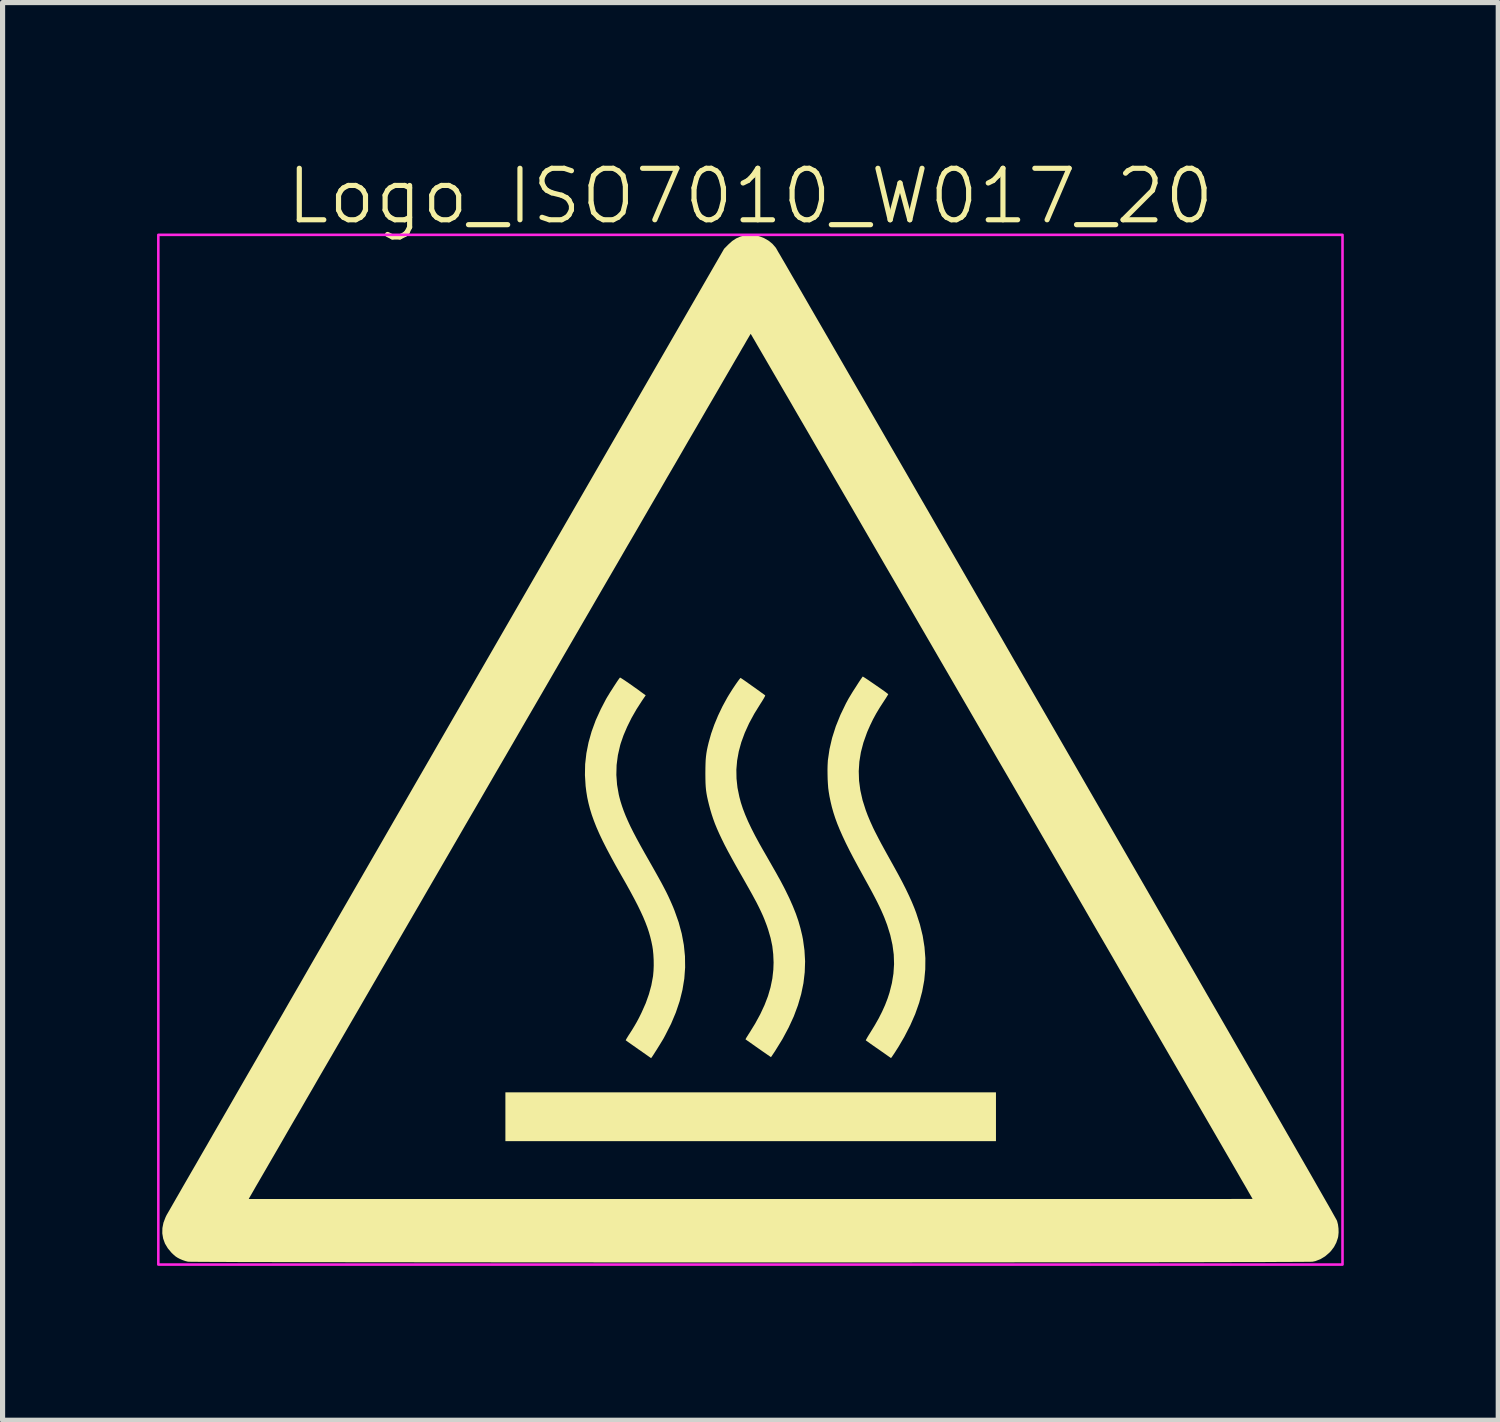
<source format=kicad_pcb>
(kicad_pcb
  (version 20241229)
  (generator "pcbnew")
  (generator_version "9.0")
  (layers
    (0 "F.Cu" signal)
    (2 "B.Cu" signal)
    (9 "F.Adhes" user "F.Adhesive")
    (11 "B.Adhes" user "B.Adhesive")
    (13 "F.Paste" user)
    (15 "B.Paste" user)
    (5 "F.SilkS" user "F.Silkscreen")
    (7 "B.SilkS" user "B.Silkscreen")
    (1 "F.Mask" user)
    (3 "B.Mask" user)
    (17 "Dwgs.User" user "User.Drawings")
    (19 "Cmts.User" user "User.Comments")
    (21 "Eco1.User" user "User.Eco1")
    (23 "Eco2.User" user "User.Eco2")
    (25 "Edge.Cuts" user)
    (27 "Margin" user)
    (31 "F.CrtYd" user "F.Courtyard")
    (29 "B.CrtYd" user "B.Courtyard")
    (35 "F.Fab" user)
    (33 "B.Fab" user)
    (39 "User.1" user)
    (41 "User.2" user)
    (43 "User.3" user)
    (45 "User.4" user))
  (footprint "Logo_ISO7010_W017_20"
    (layer "F.Cu")
    (at 11.525 11.511)
    (property "Reference" "Logo_ISO7010_W017_20" (at 0 -10.75 0) (unlocked yes) (layer "F.SilkS") (effects (font (size 1 1) (thickness 0.1))))
    (attr smd exclude_from_pos_files exclude_from_bom)
    (fp_poly (pts (xy 4.769 7.129) (xy 4.769 7.603) (xy 0.005 7.603) (xy -4.759 7.603) (xy -4.759 7.129) (xy -4.759 6.655) (xy 0.005 6.655) (xy 4.769 6.655)) (stroke (width 0) (type solid)) (fill yes) (layer "F.SilkS"))
    (fp_poly (pts (xy 2.189 -1.417) (xy 2.212 -1.403) (xy 2.245 -1.382) (xy 2.287 -1.354) (xy 2.336 -1.32) (xy 2.389 -1.284) (xy 2.444 -1.246) (xy 2.498 -1.209) (xy 2.549 -1.173) (xy 2.596 -1.14) (xy 2.634 -1.112) (xy 2.662 -1.09) (xy 2.677 -1.079) (xy 2.673 -1.07) (xy 2.66 -1.048) (xy 2.64 -1.015) (xy 2.614 -0.975) (xy 2.598 -0.951) (xy 2.515 -0.823) (xy 2.444 -0.705) (xy 2.382 -0.591) (xy 2.327 -0.477) (xy 2.275 -0.36) (xy 2.262 -0.327) (xy 2.195 -0.139) (xy 2.146 0.048) (xy 2.116 0.232) (xy 2.104 0.417) (xy 2.11 0.602) (xy 2.135 0.789) (xy 2.178 0.98) (xy 2.24 1.175) (xy 2.28 1.281) (xy 2.305 1.341) (xy 2.33 1.4) (xy 2.357 1.459) (xy 2.385 1.521) (xy 2.417 1.586) (xy 2.453 1.656) (xy 2.493 1.734) (xy 2.539 1.821) (xy 2.592 1.918) (xy 2.652 2.027) (xy 2.721 2.151) (xy 2.775 2.248) (xy 2.866 2.413) (xy 2.947 2.565) (xy 3.018 2.705) (xy 3.08 2.835) (xy 3.135 2.957) (xy 3.183 3.073) (xy 3.22 3.171) (xy 3.292 3.394) (xy 3.346 3.614) (xy 3.381 3.833) (xy 3.398 4.05) (xy 3.396 4.266) (xy 3.376 4.481) (xy 3.336 4.697) (xy 3.278 4.914) (xy 3.201 5.133) (xy 3.105 5.353) (xy 2.99 5.576) (xy 2.873 5.776) (xy 2.842 5.824) (xy 2.813 5.87) (xy 2.787 5.91) (xy 2.767 5.939) (xy 2.764 5.944) (xy 2.731 5.99) (xy 2.489 5.82) (xy 2.428 5.778) (xy 2.372 5.739) (xy 2.324 5.705) (xy 2.285 5.677) (xy 2.257 5.657) (xy 2.243 5.647) (xy 2.241 5.645) (xy 2.244 5.636) (xy 2.257 5.613) (xy 2.276 5.579) (xy 2.301 5.538) (xy 2.319 5.51) (xy 2.411 5.36) (xy 2.49 5.221) (xy 2.557 5.089) (xy 2.615 4.96) (xy 2.664 4.833) (xy 2.701 4.72) (xy 2.748 4.534) (xy 2.778 4.349) (xy 2.79 4.164) (xy 2.784 3.978) (xy 2.759 3.79) (xy 2.716 3.598) (xy 2.655 3.402) (xy 2.603 3.265) (xy 2.573 3.194) (xy 2.54 3.119) (xy 2.502 3.039) (xy 2.46 2.953) (xy 2.411 2.858) (xy 2.355 2.752) (xy 2.291 2.634) (xy 2.218 2.502) (xy 2.194 2.458) (xy 2.094 2.276) (xy 2.004 2.109) (xy 1.924 1.956) (xy 1.853 1.813) (xy 1.791 1.681) (xy 1.736 1.557) (xy 1.688 1.44) (xy 1.647 1.328) (xy 1.612 1.22) (xy 1.582 1.114) (xy 1.557 1.009) (xy 1.535 0.903) (xy 1.52 0.811) (xy 1.511 0.744) (xy 1.505 0.664) (xy 1.5 0.574) (xy 1.498 0.48) (xy 1.497 0.388) (xy 1.499 0.303) (xy 1.503 0.229) (xy 1.504 0.209) (xy 1.536 -0.01) (xy 1.587 -0.23) (xy 1.658 -0.453) (xy 1.748 -0.676) (xy 1.856 -0.9) (xy 1.906 -0.992) (xy 1.927 -1.027) (xy 1.956 -1.075) (xy 1.99 -1.131) (xy 2.029 -1.191) (xy 2.068 -1.252) (xy 2.105 -1.31) (xy 2.139 -1.361) (xy 2.167 -1.401) (xy 2.181 -1.421)) (stroke (width 0) (type solid)) (fill yes) (layer "F.SilkS"))
    (fp_poly (pts (xy -2.523 -1.397) (xy -2.499 -1.383) (xy -2.465 -1.361) (xy -2.42 -1.331) (xy -2.369 -1.296) (xy -2.313 -1.257) (xy -2.254 -1.215) (xy -2.194 -1.173) (xy -2.136 -1.13) (xy -2.081 -1.09) (xy -2.065 -1.079) (xy -2.034 -1.056) (xy -2.103 -0.955) (xy -2.212 -0.786) (xy -2.31 -0.615) (xy -2.394 -0.445) (xy -2.465 -0.279) (xy -2.52 -0.12) (xy -2.53 -0.085) (xy -2.574 0.106) (xy -2.599 0.298) (xy -2.604 0.491) (xy -2.59 0.682) (xy -2.557 0.871) (xy -2.546 0.918) (xy -2.522 1.007) (xy -2.494 1.095) (xy -2.462 1.186) (xy -2.425 1.28) (xy -2.382 1.379) (xy -2.333 1.485) (xy -2.276 1.599) (xy -2.211 1.723) (xy -2.137 1.859) (xy -2.053 2.009) (xy -1.992 2.116) (xy -1.913 2.255) (xy -1.843 2.379) (xy -1.781 2.49) (xy -1.726 2.59) (xy -1.678 2.681) (xy -1.635 2.764) (xy -1.597 2.842) (xy -1.563 2.916) (xy -1.531 2.988) (xy -1.5 3.06) (xy -1.473 3.128) (xy -1.394 3.351) (xy -1.334 3.573) (xy -1.293 3.793) (xy -1.271 4.011) (xy -1.268 4.229) (xy -1.284 4.447) (xy -1.32 4.665) (xy -1.374 4.883) (xy -1.448 5.103) (xy -1.541 5.324) (xy -1.654 5.547) (xy -1.688 5.61) (xy -1.707 5.642) (xy -1.732 5.683) (xy -1.76 5.729) (xy -1.791 5.779) (xy -1.822 5.829) (xy -1.853 5.877) (xy -1.88 5.92) (xy -1.903 5.955) (xy -1.92 5.979) (xy -1.928 5.99) (xy -1.929 5.991) (xy -1.937 5.985) (xy -1.959 5.97) (xy -1.993 5.946) (xy -2.037 5.915) (xy -2.09 5.878) (xy -2.148 5.837) (xy -2.174 5.82) (xy -2.234 5.777) (xy -2.29 5.738) (xy -2.338 5.704) (xy -2.378 5.676) (xy -2.405 5.656) (xy -2.42 5.646) (xy -2.422 5.644) (xy -2.418 5.635) (xy -2.406 5.612) (xy -2.386 5.579) (xy -2.361 5.539) (xy -2.348 5.52) (xy -2.294 5.435) (xy -2.248 5.359) (xy -2.206 5.286) (xy -2.165 5.209) (xy -2.122 5.122) (xy -2.112 5.101) (xy -2.033 4.923) (xy -1.971 4.748) (xy -1.924 4.576) (xy -1.892 4.402) (xy -1.89 4.385) (xy -1.882 4.295) (xy -1.878 4.193) (xy -1.879 4.085) (xy -1.885 3.978) (xy -1.895 3.879) (xy -1.905 3.815) (xy -1.924 3.723) (xy -1.946 3.633) (xy -1.972 3.542) (xy -2.003 3.449) (xy -2.04 3.352) (xy -2.083 3.249) (xy -2.133 3.14) (xy -2.19 3.023) (xy -2.256 2.895) (xy -2.331 2.756) (xy -2.415 2.604) (xy -2.507 2.443) (xy -2.613 2.256) (xy -2.707 2.084) (xy -2.792 1.924) (xy -2.867 1.776) (xy -2.933 1.637) (xy -2.99 1.507) (xy -3.039 1.383) (xy -3.081 1.265) (xy -3.116 1.151) (xy -3.145 1.039) (xy -3.169 0.928) (xy -3.187 0.816) (xy -3.201 0.704) (xy -3.214 0.493) (xy -3.21 0.282) (xy -3.186 0.07) (xy -3.144 -0.142) (xy -3.084 -0.355) (xy -3.005 -0.571) (xy -2.906 -0.788) (xy -2.805 -0.982) (xy -2.783 -1.02) (xy -2.755 -1.065) (xy -2.724 -1.117) (xy -2.689 -1.17) (xy -2.655 -1.224) (xy -2.621 -1.276) (xy -2.591 -1.322) (xy -2.565 -1.36) (xy -2.545 -1.387) (xy -2.534 -1.401) (xy -2.532 -1.402)) (stroke (width 0) (type solid)) (fill yes) (layer "F.SilkS"))
    (fp_poly (pts (xy -0.19 -1.394) (xy -0.18 -1.387) (xy -0.156 -1.371) (xy -0.121 -1.347) (xy -0.078 -1.317) (xy -0.029 -1.282) (xy 0.023 -1.245) (xy 0.077 -1.207) (xy 0.13 -1.169) (xy 0.179 -1.134) (xy 0.221 -1.103) (xy 0.255 -1.079) (xy 0.278 -1.062) (xy 0.287 -1.055) (xy 0.285 -1.044) (xy 0.273 -1.02) (xy 0.253 -0.985) (xy 0.226 -0.94) (xy 0.198 -0.897) (xy 0.077 -0.702) (xy -0.026 -0.512) (xy -0.11 -0.327) (xy -0.177 -0.145) (xy -0.226 0.033) (xy -0.258 0.21) (xy -0.273 0.386) (xy -0.27 0.562) (xy -0.251 0.739) (xy -0.215 0.915) (xy -0.185 1.028) (xy -0.147 1.144) (xy -0.101 1.264) (xy -0.047 1.39) (xy 0.017 1.525) (xy 0.091 1.67) (xy 0.176 1.827) (xy 0.237 1.935) (xy 0.307 2.056) (xy 0.367 2.161) (xy 0.419 2.252) (xy 0.464 2.331) (xy 0.503 2.399) (xy 0.536 2.459) (xy 0.565 2.511) (xy 0.59 2.556) (xy 0.612 2.598) (xy 0.632 2.636) (xy 0.652 2.674) (xy 0.671 2.711) (xy 0.674 2.717) (xy 0.755 2.883) (xy 0.824 3.039) (xy 0.883 3.186) (xy 0.932 3.328) (xy 0.972 3.468) (xy 1.006 3.61) (xy 1.021 3.686) (xy 1.05 3.898) (xy 1.062 4.109) (xy 1.055 4.321) (xy 1.03 4.534) (xy 0.986 4.747) (xy 0.923 4.963) (xy 0.842 5.18) (xy 0.741 5.399) (xy 0.622 5.621) (xy 0.483 5.846) (xy 0.483 5.847) (xy 0.454 5.89) (xy 0.43 5.926) (xy 0.411 5.954) (xy 0.401 5.969) (xy 0.399 5.971) (xy 0.39 5.965) (xy 0.368 5.95) (xy 0.333 5.926) (xy 0.289 5.895) (xy 0.236 5.859) (xy 0.177 5.817) (xy 0.152 5.8) (xy 0.091 5.757) (xy 0.036 5.718) (xy -0.012 5.684) (xy -0.051 5.657) (xy -0.079 5.637) (xy -0.094 5.627) (xy -0.095 5.625) (xy -0.091 5.616) (xy -0.079 5.594) (xy -0.059 5.562) (xy -0.034 5.522) (xy -0.026 5.511) (xy 0.091 5.321) (xy 0.191 5.138) (xy 0.274 4.96) (xy 0.341 4.786) (xy 0.391 4.614) (xy 0.426 4.443) (xy 0.445 4.273) (xy 0.45 4.134) (xy 0.443 3.972) (xy 0.425 3.815) (xy 0.392 3.658) (xy 0.345 3.496) (xy 0.318 3.416) (xy 0.294 3.353) (xy 0.271 3.293) (xy 0.246 3.233) (xy 0.218 3.171) (xy 0.188 3.107) (xy 0.154 3.038) (xy 0.116 2.963) (xy 0.071 2.88) (xy 0.021 2.788) (xy -0.038 2.683) (xy -0.104 2.566) (xy -0.179 2.434) (xy -0.188 2.419) (xy -0.28 2.257) (xy -0.362 2.109) (xy -0.435 1.975) (xy -0.5 1.851) (xy -0.556 1.737) (xy -0.606 1.631) (xy -0.65 1.532) (xy -0.689 1.437) (xy -0.723 1.344) (xy -0.753 1.253) (xy -0.78 1.162) (xy -0.805 1.068) (xy -0.825 0.986) (xy -0.841 0.914) (xy -0.853 0.848) (xy -0.862 0.785) (xy -0.868 0.721) (xy -0.872 0.65) (xy -0.874 0.569) (xy -0.875 0.473) (xy -0.875 0.454) (xy -0.874 0.355) (xy -0.872 0.271) (xy -0.869 0.199) (xy -0.863 0.133) (xy -0.855 0.07) (xy -0.844 0.005) (xy -0.829 -0.065) (xy -0.81 -0.144) (xy -0.763 -0.311) (xy -0.702 -0.485) (xy -0.628 -0.663) (xy -0.544 -0.839) (xy -0.45 -1.011) (xy -0.449 -1.013) (xy -0.417 -1.066) (xy -0.382 -1.122) (xy -0.346 -1.179) (xy -0.31 -1.233) (xy -0.276 -1.283) (xy -0.245 -1.327) (xy -0.22 -1.361) (xy -0.201 -1.384) (xy -0.191 -1.394)) (stroke (width 0) (type solid)) (fill yes) (layer "F.SilkS"))
    (fp_poly (pts (xy 0.067 -9.994) (xy 0.167 -9.974) (xy 0.262 -9.938) (xy 0.35 -9.888) (xy 0.428 -9.825) (xy 0.492 -9.751) (xy 0.499 -9.74) (xy 0.515 -9.712) (xy 0.54 -9.668) (xy 0.575 -9.609) (xy 0.619 -9.533) (xy 0.672 -9.443) (xy 0.733 -9.337) (xy 0.802 -9.217) (xy 0.88 -9.083) (xy 0.966 -8.935) (xy 1.059 -8.774) (xy 1.16 -8.599) (xy 1.268 -8.412) (xy 1.384 -8.212) (xy 1.507 -8) (xy 1.636 -7.776) (xy 1.772 -7.541) (xy 1.914 -7.295) (xy 2.063 -7.038) (xy 2.218 -6.771) (xy 2.378 -6.493) (xy 2.544 -6.206) (xy 2.715 -5.909) (xy 2.892 -5.604) (xy 3.074 -5.289) (xy 3.26 -4.966) (xy 3.451 -4.636) (xy 3.646 -4.297) (xy 3.846 -3.952) (xy 4.05 -3.599) (xy 4.257 -3.24) (xy 4.468 -2.874) (xy 4.683 -2.503) (xy 4.901 -2.126) (xy 5.121 -1.743) (xy 5.345 -1.356) (xy 5.571 -0.964) (xy 5.8 -0.568) (xy 5.953 -0.303) (xy 6.266 0.239) (xy 6.569 0.765) (xy 6.863 1.274) (xy 7.147 1.766) (xy 7.421 2.241) (xy 7.686 2.7) (xy 7.941 3.143) (xy 8.187 3.569) (xy 8.423 3.979) (xy 8.65 4.372) (xy 8.867 4.75) (xy 9.076 5.111) (xy 9.275 5.456) (xy 9.464 5.785) (xy 9.645 6.099) (xy 9.816 6.396) (xy 9.979 6.678) (xy 10.132 6.945) (xy 10.276 7.195) (xy 10.411 7.431) (xy 10.538 7.651) (xy 10.655 7.855) (xy 10.764 8.044) (xy 10.864 8.218) (xy 10.955 8.377) (xy 11.037 8.521) (xy 11.111 8.65) (xy 11.176 8.764) (xy 11.233 8.863) (xy 11.281 8.948) (xy 11.32 9.018) (xy 11.351 9.073) (xy 11.374 9.114) (xy 11.388 9.14) (xy 11.394 9.152) (xy 11.394 9.152) (xy 11.412 9.221) (xy 11.422 9.299) (xy 11.424 9.377) (xy 11.417 9.45) (xy 11.411 9.48) (xy 11.379 9.575) (xy 11.334 9.66) (xy 11.273 9.74) (xy 11.245 9.769) (xy 11.161 9.841) (xy 11.072 9.895) (xy 10.976 9.932) (xy 10.921 9.944) (xy 10.907 9.945) (xy 10.874 9.946) (xy 10.823 9.946) (xy 10.753 9.947) (xy 10.666 9.948) (xy 10.562 9.948) (xy 10.441 9.949) (xy 10.303 9.949) (xy 10.151 9.95) (xy 9.982 9.951) (xy 9.8 9.951) (xy 9.602 9.952) (xy 9.392 9.952) (xy 9.167 9.953) (xy 8.93 9.953) (xy 8.681 9.954) (xy 8.42 9.954) (xy 8.147 9.954) (xy 7.864 9.955) (xy 7.57 9.955) (xy 7.266 9.956) (xy 6.953 9.956) (xy 6.631 9.956) (xy 6.301 9.957) (xy 5.962 9.957) (xy 5.616 9.957) (xy 5.263 9.957) (xy 4.903 9.958) (xy 4.537 9.958) (xy 4.166 9.958) (xy 3.789 9.958) (xy 3.408 9.958) (xy 3.023 9.959) (xy 2.634 9.959) (xy 2.242 9.959) (xy 1.847 9.959) (xy 1.45 9.959) (xy 1.051 9.959) (xy 0.651 9.959) (xy 0.25 9.959) (xy -0.151 9.959) (xy -0.552 9.959) (xy -0.953 9.959) (xy -1.352 9.959) (xy -1.749 9.959) (xy -2.145 9.959) (xy -2.538 9.959) (xy -2.928 9.959) (xy -3.314 9.958) (xy -3.696 9.958) (xy -4.074 9.958) (xy -4.447 9.958) (xy -4.814 9.958) (xy -5.175 9.957) (xy -5.53 9.957) (xy -5.878 9.957) (xy -6.219 9.957) (xy -6.551 9.956) (xy -6.876 9.956) (xy -7.191 9.956) (xy -7.497 9.955) (xy -7.794 9.955) (xy -8.08 9.954) (xy -8.355 9.954) (xy -8.619 9.954) (xy -8.872 9.953) (xy -9.112 9.953) (xy -9.339 9.952) (xy -9.553 9.952) (xy -9.754 9.951) (xy -9.941 9.951) (xy -10.113 9.95) (xy -10.269 9.949) (xy -10.411 9.949) (xy -10.536 9.948) (xy -10.645 9.948) (xy -10.736 9.947) (xy -10.81 9.946) (xy -10.866 9.946) (xy -10.904 9.945) (xy -10.923 9.944) (xy -10.925 9.944) (xy -10.973 9.932) (xy -11.029 9.913) (xy -11.081 9.891) (xy -11.125 9.868) (xy -11.162 9.844) (xy -11.198 9.814) (xy -11.239 9.775) (xy -11.244 9.77) (xy -11.316 9.684) (xy -11.371 9.592) (xy -11.406 9.495) (xy -11.423 9.394) (xy -11.421 9.291) (xy -11.4 9.186) (xy -11.359 9.079) (xy -11.338 9.036) (xy -11.331 9.024) (xy -11.314 8.995) (xy -11.288 8.95) (xy -11.253 8.889) (xy -11.209 8.812) (xy -11.16 8.727) (xy -9.744 8.727) (xy 0.005 8.727) (xy 0.441 8.727) (xy 0.872 8.727) (xy 1.298 8.727) (xy 1.719 8.727) (xy 2.133 8.727) (xy 2.542 8.727) (xy 2.943 8.727) (xy 3.337 8.727) (xy 3.723 8.727) (xy 4.102 8.727) (xy 4.472 8.727) (xy 4.833 8.727) (xy 5.184 8.727) (xy 5.526 8.727) (xy 5.858 8.727) (xy 6.179 8.727) (xy 6.489 8.727) (xy 6.788 8.727) (xy 7.075 8.727) (xy 7.35 8.726) (xy 7.612 8.726) (xy 7.862 8.726) (xy 8.097 8.726) (xy 8.319 8.726) (xy 8.527 8.726) (xy 8.72 8.726) (xy 8.897 8.726) (xy 9.06 8.726) (xy 9.206 8.726) (xy 9.336 8.726) (xy 9.449 8.725) (xy 9.545 8.725) (xy 9.623 8.725) (xy 9.684 8.725) (xy 9.726 8.725) (xy 9.749 8.725) (xy 9.753 8.725) (xy 9.748 8.716) (xy 9.734 8.691) (xy 9.71 8.649) (xy 9.677 8.593) (xy 9.636 8.52) (xy 9.586 8.434) (xy 9.527 8.333) (xy 9.461 8.218) (xy 9.387 8.09) (xy 9.305 7.948) (xy 9.216 7.795) (xy 9.12 7.629) (xy 9.017 7.451) (xy 8.908 7.263) (xy 8.792 7.063) (xy 8.671 6.854) (xy 8.543 6.634) (xy 8.411 6.405) (xy 8.273 6.167) (xy 8.13 5.92) (xy 7.982 5.665) (xy 7.83 5.403) (xy 7.673 5.133) (xy 7.513 4.857) (xy 7.349 4.574) (xy 7.181 4.285) (xy 7.011 3.99) (xy 6.837 3.691) (xy 6.66 3.387) (xy 6.482 3.078) (xy 6.301 2.766) (xy 6.118 2.451) (xy 5.933 2.132) (xy 5.747 1.812) (xy 5.56 1.489) (xy 5.372 1.165) (xy 5.183 0.839) (xy 4.994 0.513) (xy 4.804 0.187) (xy 4.615 -0.14) (xy 4.426 -0.465) (xy 4.238 -0.79) (xy 4.05 -1.113) (xy 3.864 -1.434) (xy 3.679 -1.752) (xy 3.496 -2.068) (xy 3.314 -2.381) (xy 3.135 -2.69) (xy 2.958 -2.995) (xy 2.784 -3.295) (xy 2.612 -3.59) (xy 2.444 -3.88) (xy 2.279 -4.164) (xy 2.118 -4.442) (xy 1.961 -4.713) (xy 1.808 -4.976) (xy 1.659 -5.232) (xy 1.515 -5.48) (xy 1.376 -5.72) (xy 1.242 -5.95) (xy 1.114 -6.172) (xy 0.991 -6.383) (xy 0.874 -6.584) (xy 0.764 -6.775) (xy 0.659 -6.954) (xy 0.562 -7.121) (xy 0.471 -7.277) (xy 0.388 -7.42) (xy 0.312 -7.551) (xy 0.244 -7.668) (xy 0.184 -7.771) (xy 0.132 -7.86) (xy 0.089 -7.935) (xy 0.054 -7.994) (xy 0.029 -8.038) (xy 0.012 -8.066) (xy 0.005 -8.077) (xy 0.005 -8.077) (xy -0.000032 -8.069) (xy -0.015 -8.044) (xy -0.039 -8.003) (xy -0.072 -7.947) (xy -0.113 -7.875) (xy -0.164 -7.789) (xy -0.222 -7.688) (xy -0.289 -7.574) (xy -0.363 -7.446) (xy -0.445 -7.305) (xy -0.534 -7.152) (xy -0.63 -6.986) (xy -0.733 -6.809) (xy -0.843 -6.621) (xy -0.958 -6.422) (xy -1.08 -6.212) (xy -1.208 -5.993) (xy -1.34 -5.764) (xy -1.478 -5.526) (xy -1.622 -5.28) (xy -1.769 -5.025) (xy -1.922 -4.763) (xy -2.078 -4.494) (xy -2.238 -4.217) (xy -2.403 -3.935) (xy -2.57 -3.646) (xy -2.741 -3.352) (xy -2.915 -3.053) (xy -3.091 -2.749) (xy -3.27 -2.441) (xy -3.451 -2.129) (xy -3.634 -1.814) (xy -3.818 -1.496) (xy -4.004 -1.175) (xy -4.191 -0.853) (xy -4.38 -0.528) (xy -4.568 -0.203) (xy -4.757 0.123) (xy -4.947 0.449) (xy -5.136 0.775) (xy -5.324 1.1) (xy -5.513 1.424) (xy -5.7 1.747) (xy -5.886 2.068) (xy -6.071 2.387) (xy -6.254 2.702) (xy -6.435 3.015) (xy -6.614 3.323) (xy -6.791 3.628) (xy -6.965 3.928) (xy -7.136 4.223) (xy -7.304 4.513) (xy -7.468 4.796) (xy -7.629 5.074) (xy -7.786 5.344) (xy -7.939 5.608) (xy -8.087 5.863) (xy -8.231 6.111) (xy -8.37 6.35) (xy -8.503 6.581) (xy -8.631 6.801) (xy -8.753 7.013) (xy -8.87 7.213) (xy -8.98 7.403) (xy -9.083 7.582) (xy -9.18 7.75) (xy -9.27 7.905) (xy -9.353 8.048) (xy -9.428 8.178) (xy -9.496 8.295) (xy -9.555 8.397) (xy -9.607 8.486) (xy -9.649 8.56) (xy -9.683 8.619) (xy -9.708 8.662) (xy -9.724 8.69) (xy -9.73 8.7) (xy -9.744 8.727) (xy -11.16 8.727) (xy -11.157 8.721) (xy -11.095 8.614) (xy -11.026 8.493) (xy -10.948 8.358) (xy -10.862 8.209) (xy -10.768 8.047) (xy -10.667 7.871) (xy -10.558 7.683) (xy -10.443 7.482) (xy -10.32 7.269) (xy -10.19 7.044) (xy -10.054 6.808) (xy -9.912 6.561) (xy -9.763 6.303) (xy -9.608 6.035) (xy -9.448 5.757) (xy -9.282 5.469) (xy -9.11 5.172) (xy -8.934 4.865) (xy -8.752 4.551) (xy -8.566 4.227) (xy -8.375 3.896) (xy -8.179 3.558) (xy -7.98 3.212) (xy -7.776 2.859) (xy -7.569 2.5) (xy -7.358 2.134) (xy -7.143 1.762) (xy -6.926 1.385) (xy -6.705 1.003) (xy -6.482 0.616) (xy -6.256 0.225) (xy -6.028 -0.171) (xy -5.901 -0.391) (xy -0.511 -9.729) (xy -0.429 -9.812) (xy -0.354 -9.88) (xy -0.276 -9.931) (xy -0.193 -9.967) (xy -0.137 -9.983) (xy -0.036 -9.997)) (stroke (width 0) (type solid)) (fill yes) (layer "F.SilkS"))
    (fp_rect (start -11.5 -10) (end 11.5 10) (stroke (width 0.05) (type default)) (fill no) (layer "F.CrtYd")))
  (gr_rect
    (start -3 -3)
    (end 26.05 24.535)
    (stroke (width 0.1) (type default))
    (fill no)
    (layer "Edge.Cuts")))
</source>
